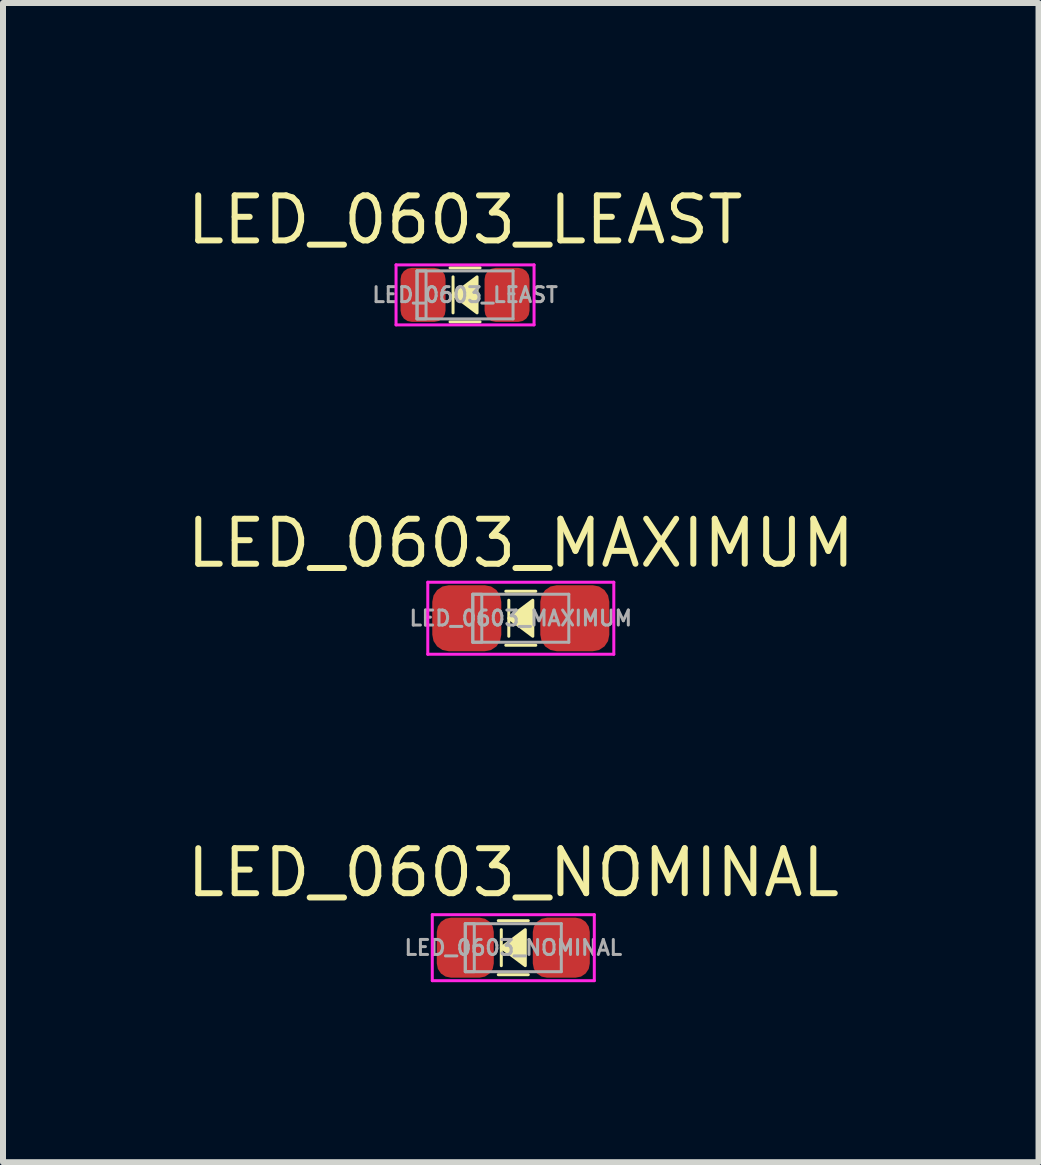
<source format=kicad_pcb>
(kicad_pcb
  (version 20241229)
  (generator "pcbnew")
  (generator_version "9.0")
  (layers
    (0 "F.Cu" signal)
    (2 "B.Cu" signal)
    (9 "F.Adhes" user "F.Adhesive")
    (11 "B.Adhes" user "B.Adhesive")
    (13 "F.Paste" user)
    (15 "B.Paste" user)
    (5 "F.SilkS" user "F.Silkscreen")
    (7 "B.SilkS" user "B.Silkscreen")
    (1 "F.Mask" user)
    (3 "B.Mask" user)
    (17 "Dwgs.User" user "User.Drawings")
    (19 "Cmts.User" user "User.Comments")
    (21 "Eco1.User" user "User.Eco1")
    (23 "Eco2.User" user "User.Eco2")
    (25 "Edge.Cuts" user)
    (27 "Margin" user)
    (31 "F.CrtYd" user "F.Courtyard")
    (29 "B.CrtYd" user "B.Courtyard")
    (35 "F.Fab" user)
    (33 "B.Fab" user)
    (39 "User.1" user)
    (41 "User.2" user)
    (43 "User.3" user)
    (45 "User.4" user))
  (footprint "LED_0603_LEAST"
    (layer "F.Cu")
    (at 4.7 1.864)
    (property "Reference" "LED_0603_LEAST" (at 0 -1.25 0) (unlocked yes) (layer "F.SilkS") (effects (font (size 0.75 0.75) (thickness 0.1))))
    (attr smd)
    (fp_line (start -0.25 -0.45) (end 0.25 -0.45) (stroke (width 0.05) (type solid)) (layer "F.SilkS"))
    (fp_line (start -0.2 -0.3) (end -0.2 0.3) (stroke (width 0.05) (type solid)) (layer "F.SilkS"))
    (fp_line (start 0.25 0.45) (end -0.25 0.45) (stroke (width 0.05) (type solid)) (layer "F.SilkS"))
    (fp_poly (pts (xy 0.2 0.3) (xy -0.2 0) (xy 0.2 -0.3)) (stroke (width 0.05) (type solid)) (fill yes) (layer "F.SilkS"))
    (fp_line (start -1.15 -0.5) (end -1.15 0.5) (stroke (width 0.05) (type solid)) (layer "F.CrtYd"))
    (fp_line (start -1.15 0.5) (end 1.15 0.5) (stroke (width 0.05) (type solid)) (layer "F.CrtYd"))
    (fp_line (start 1.15 -0.5) (end -1.15 -0.5) (stroke (width 0.05) (type solid)) (layer "F.CrtYd"))
    (fp_line (start 1.15 0.5) (end 1.15 -0.5) (stroke (width 0.05) (type solid)) (layer "F.CrtYd"))
    (fp_line (start -0.8 -0.4) (end -0.8 0.4) (stroke (width 0.05) (type solid)) (layer "F.Fab"))
    (fp_line (start -0.8 -0.4) (end 0.8 -0.4) (stroke (width 0.05) (type solid)) (layer "F.Fab"))
    (fp_line (start -0.8 0.4) (end 0.8 0.4) (stroke (width 0.05) (type solid)) (layer "F.Fab"))
    (fp_line (start 0.8 -0.4) (end 0.8 0.4) (stroke (width 0.05) (type solid)) (layer "F.Fab"))
    (fp_rect (start -0.8 -0.4) (end -0.65 0.4) (stroke (width 0.05) (type solid)) (fill no) (layer "F.Fab"))
    (fp_text user "${REFERENCE}" (at 0 0 0) (unlocked yes) (layer "F.Fab") (effects (font (size 0.25 0.25) (thickness 0.05))))
    (pad "1" smd roundrect (at -0.7 0) (size 0.75 0.9) (layers "F.Cu" "F.Mask" "F.Paste") (roundrect_rratio 0.25))
    (pad "2" smd roundrect (at 0.7 0) (size 0.75 0.9) (layers "F.Cu" "F.Mask" "F.Paste") (roundrect_rratio 0.25)))
  (footprint "LED_0603_MAXIMUM"
    (layer "F.Cu")
    (at 5.629 7.253)
    (property "Reference" "LED_0603_MAXIMUM" (at 0 -1.25 0) (unlocked yes) (layer "F.SilkS") (effects (font (size 0.75 0.75) (thickness 0.1))))
    (attr smd)
    (fp_line (start -0.25 -0.45) (end 0.25 -0.45) (stroke (width 0.05) (type solid)) (layer "F.SilkS"))
    (fp_line (start -0.2 -0.3) (end -0.2 0.3) (stroke (width 0.05) (type solid)) (layer "F.SilkS"))
    (fp_line (start 0.25 0.45) (end -0.25 0.45) (stroke (width 0.05) (type solid)) (layer "F.SilkS"))
    (fp_poly (pts (xy 0.2 0.3) (xy -0.2 0) (xy 0.2 -0.3)) (stroke (width 0.05) (type solid)) (fill yes) (layer "F.SilkS"))
    (fp_line (start -1.55 -0.6) (end -1.55 0.6) (stroke (width 0.05) (type solid)) (layer "F.CrtYd"))
    (fp_line (start -1.55 0.6) (end 1.55 0.6) (stroke (width 0.05) (type solid)) (layer "F.CrtYd"))
    (fp_line (start 1.55 -0.6) (end -1.55 -0.6) (stroke (width 0.05) (type solid)) (layer "F.CrtYd"))
    (fp_line (start 1.55 0.6) (end 1.55 -0.6) (stroke (width 0.05) (type solid)) (layer "F.CrtYd"))
    (fp_line (start -0.8 -0.4) (end -0.8 0.4) (stroke (width 0.05) (type solid)) (layer "F.Fab"))
    (fp_line (start -0.8 -0.4) (end 0.8 -0.4) (stroke (width 0.05) (type solid)) (layer "F.Fab"))
    (fp_line (start -0.8 0.4) (end 0.8 0.4) (stroke (width 0.05) (type solid)) (layer "F.Fab"))
    (fp_line (start 0.8 -0.4) (end 0.8 0.4) (stroke (width 0.05) (type solid)) (layer "F.Fab"))
    (fp_rect (start -0.8 -0.4) (end -0.65 0.4) (stroke (width 0.05) (type solid)) (fill no) (layer "F.Fab"))
    (fp_text user "${REFERENCE}" (at 0 0 0) (unlocked yes) (layer "F.Fab") (effects (font (size 0.25 0.25) (thickness 0.05))))
    (pad "1" smd roundrect (at -0.9 0) (size 1.15 1.1) (layers "F.Cu" "F.Mask" "F.Paste") (roundrect_rratio 0.25))
    (pad "2" smd roundrect (at 0.9 0) (size 1.15 1.1) (layers "F.Cu" "F.Mask" "F.Paste") (roundrect_rratio 0.25)))
  (footprint "LED_0603_NOMINAL"
    (layer "F.Cu")
    (at 5.504 12.743)
    (property "Reference" "LED_0603_NOMINAL" (at 0 -1.25 0) (unlocked yes) (layer "F.SilkS") (effects (font (size 0.75 0.75) (thickness 0.1))))
    (attr smd)
    (fp_line (start -0.25 -0.45) (end 0.25 -0.45) (stroke (width 0.05) (type solid)) (layer "F.SilkS"))
    (fp_line (start -0.2 -0.3) (end -0.2 0.3) (stroke (width 0.05) (type solid)) (layer "F.SilkS"))
    (fp_line (start 0.25 0.45) (end -0.25 0.45) (stroke (width 0.05) (type solid)) (layer "F.SilkS"))
    (fp_poly (pts (xy 0.2 0.3) (xy -0.2 0) (xy 0.2 -0.3)) (stroke (width 0.05) (type solid)) (fill yes) (layer "F.SilkS"))
    (fp_line (start -1.35 -0.55) (end -1.35 0.55) (stroke (width 0.05) (type solid)) (layer "F.CrtYd"))
    (fp_line (start -1.35 0.55) (end 1.35 0.55) (stroke (width 0.05) (type solid)) (layer "F.CrtYd"))
    (fp_line (start 1.35 -0.55) (end -1.35 -0.55) (stroke (width 0.05) (type solid)) (layer "F.CrtYd"))
    (fp_line (start 1.35 0.55) (end 1.35 -0.55) (stroke (width 0.05) (type solid)) (layer "F.CrtYd"))
    (fp_line (start -0.8 -0.4) (end -0.8 0.4) (stroke (width 0.05) (type solid)) (layer "F.Fab"))
    (fp_line (start -0.8 -0.4) (end 0.8 -0.4) (stroke (width 0.05) (type solid)) (layer "F.Fab"))
    (fp_line (start -0.8 0.4) (end 0.8 0.4) (stroke (width 0.05) (type solid)) (layer "F.Fab"))
    (fp_line (start 0.8 -0.4) (end 0.8 0.4) (stroke (width 0.05) (type solid)) (layer "F.Fab"))
    (fp_rect (start -0.8 -0.4) (end -0.65 0.4) (stroke (width 0.05) (type solid)) (fill no) (layer "F.Fab"))
    (fp_text user "${REFERENCE}" (at 0 0 0) (unlocked yes) (layer "F.Fab") (effects (font (size 0.25 0.25) (thickness 0.05))))
    (pad "1" smd roundrect (at -0.8 0) (size 0.95 1) (layers "F.Cu" "F.Mask" "F.Paste") (roundrect_rratio 0.25))
    (pad "2" smd roundrect (at 0.8 0) (size 0.95 1) (layers "F.Cu" "F.Mask" "F.Paste") (roundrect_rratio 0.25)))
  (gr_rect
    (start -3 -3)
    (end 14.257 16.318)
    (stroke (width 0.1) (type default))
    (fill no)
    (layer "Edge.Cuts")))
</source>
